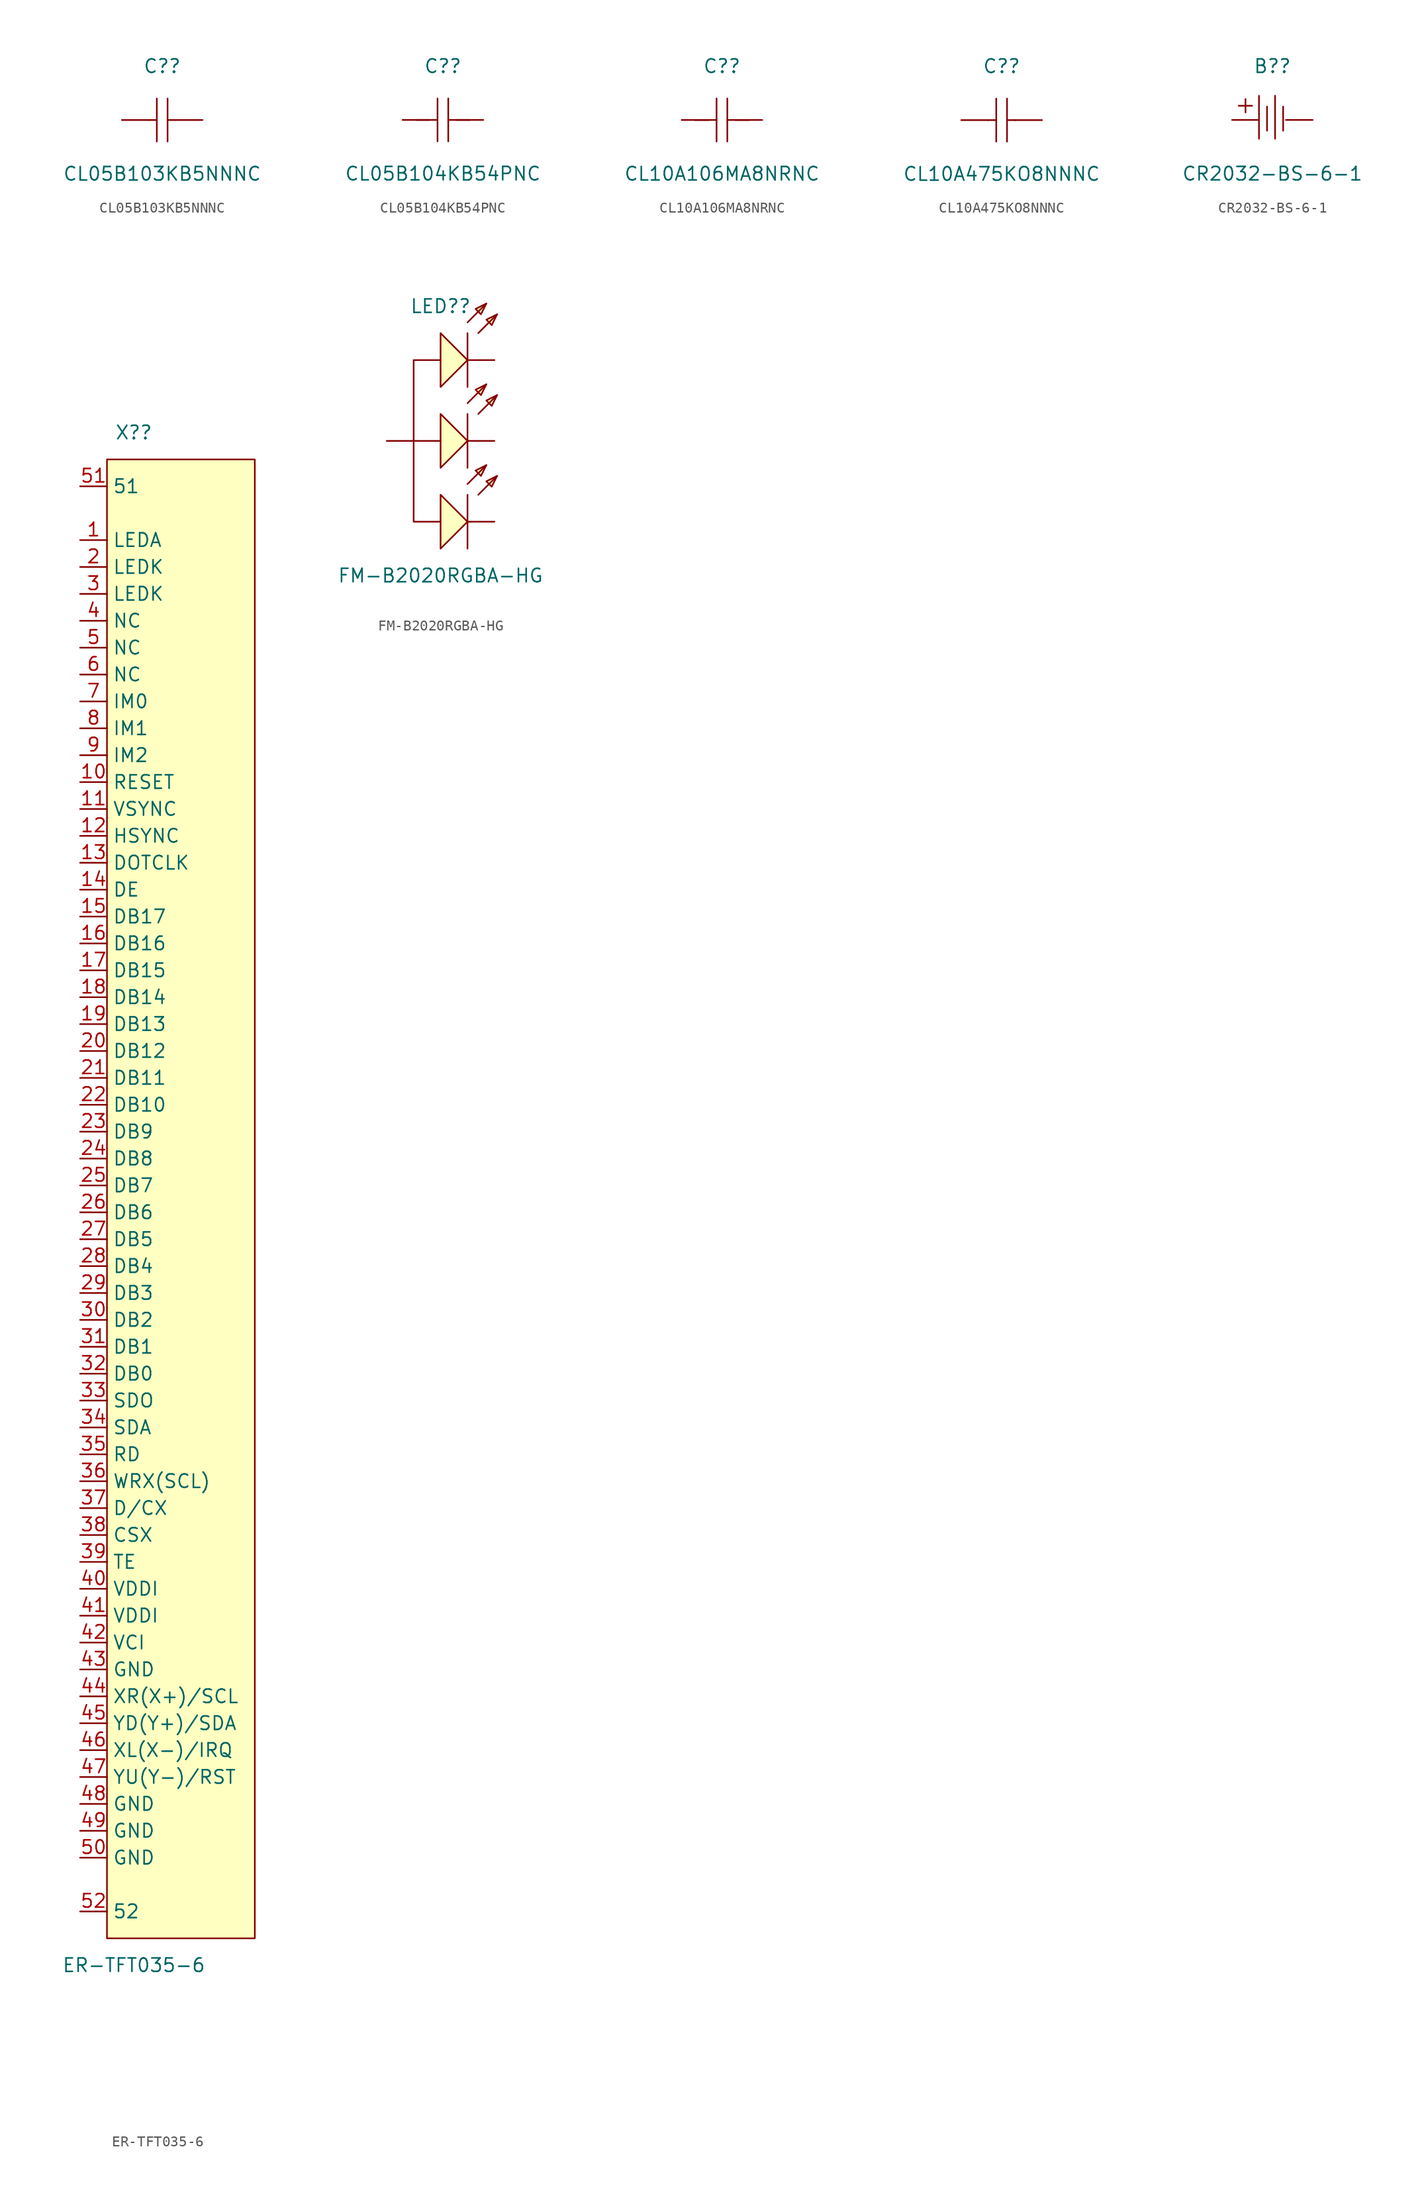
<source format=kicad_sym>
(kicad_symbol_lib
  (version 20211014)
  (generator kicad_symbol_editor)
  (symbol "CL05B103KB5NNNC"
    (pin_numbers hide)
    (pin_names hide)
    (property "Reference" "C?"
      (at 0 5.08 0)
      (effects (font (size 1.27 1.27))))
    (property "Value" "CL05B103KB5NNNC"
      (at 0 -5.08 0)
      (effects (font (size 1.27 1.27))))
    (symbol "CL05B103KB5NNNC_0_1"
      (polyline (pts (xy -1.27 0) (xy -0.508 0)) (stroke (width 0) (type default) (color 0 0 0 0)) (fill (type none)))
      (polyline (pts (xy -0.508 2.032) (xy -0.508 -2.032)) (stroke (width 0) (type default) (color 0 0 0 0)) (fill (type none)))
      (polyline (pts (xy 0.508 0) (xy 1.27 0)) (stroke (width 0) (type default) (color 0 0 0 0)) (fill (type none)))
      (polyline (pts (xy 0.508 2.032) (xy 0.508 -2.032)) (stroke (width 0) (type default) (color 0 0 0 0)) (fill (type none)))
      (pin passive line (at -3.81 0 0) (length 2.54) (name "1" (effects (font (size 1.27 1.27)))) (number "1" (effects (font (size 1.27 1.27)))))
      (pin passive line (at 3.81 0 180) (length 2.54) (name "2" (effects (font (size 1.27 1.27)))) (number "2" (effects (font (size 1.27 1.27)))))))
  (symbol "CL05B104KB54PNC"
    (pin_numbers hide)
    (pin_names hide)
    (property "Reference" "C?"
      (at 0 5.08 0)
      (effects (font (size 1.27 1.27))))
    (property "Value" "CL05B104KB54PNC"
      (at 0 -5.08 0)
      (effects (font (size 1.27 1.27))))
    (symbol "CL05B104KB54PNC_0_1"
      (polyline (pts (xy -0.508 0) (xy -2.54 0)) (stroke (width 0) (type default) (color 0 0 0 0)) (fill (type none)))
      (polyline (pts (xy -0.508 2.032) (xy -0.508 -2.032)) (stroke (width 0) (type default) (color 0 0 0 0)) (fill (type none)))
      (polyline (pts (xy 0.508 -2.032) (xy 0.508 2.032)) (stroke (width 0) (type default) (color 0 0 0 0)) (fill (type none)))
      (polyline (pts (xy 2.54 0) (xy 0.508 0)) (stroke (width 0) (type default) (color 0 0 0 0)) (fill (type none)))
      (pin passive line (at -3.81 0 0) (length 2.54) (name "1" (effects (font (size 1.27 1.27)))) (number "1" (effects (font (size 1.27 1.27)))))
      (pin passive line (at 3.81 0 180) (length 2.54) (name "2" (effects (font (size 1.27 1.27)))) (number "2" (effects (font (size 1.27 1.27)))))))
  (symbol "CL10A106MA8NRNC"
    (pin_numbers hide)
    (pin_names hide)
    (property "Reference" "C?"
      (at 0 5.08 0)
      (effects (font (size 1.27 1.27))))
    (property "Value" "CL10A106MA8NRNC"
      (at 0 -5.08 0)
      (effects (font (size 1.27 1.27))))
    (symbol "CL10A106MA8NRNC_0_1"
      (polyline (pts (xy -0.508 -2.032) (xy -0.508 2.032)) (stroke (width 0) (type default) (color 0 0 0 0)) (fill (type none)))
      (polyline (pts (xy -0.508 0) (xy -2.54 0)) (stroke (width 0) (type default) (color 0 0 0 0)) (fill (type none)))
      (polyline (pts (xy 0.508 2.032) (xy 0.508 -2.032)) (stroke (width 0) (type default) (color 0 0 0 0)) (fill (type none)))
      (polyline (pts (xy 2.54 0) (xy 0.508 0)) (stroke (width 0) (type default) (color 0 0 0 0)) (fill (type none)))
      (pin passive line (at -3.81 0 0) (length 2.54) (name "1" (effects (font (size 1.27 1.27)))) (number "1" (effects (font (size 1.27 1.27)))))
      (pin passive line (at 3.81 0 180) (length 2.54) (name "2" (effects (font (size 1.27 1.27)))) (number "2" (effects (font (size 1.27 1.27)))))))
  (symbol "CL10A475KO8NNNC"
    (pin_numbers hide)
    (pin_names hide)
    (property "Reference" "C?"
      (at 0 5.08 0)
      (effects (font (size 1.27 1.27))))
    (property "Value" "CL10A475KO8NNNC"
      (at 0 -5.08 0)
      (effects (font (size 1.27 1.27))))
    (symbol "CL10A475KO8NNNC_0_1"
      (polyline (pts (xy -1.27 0) (xy -0.508 0)) (stroke (width 0) (type default) (color 0 0 0 0)) (fill (type none)))
      (polyline (pts (xy -0.508 2.032) (xy -0.508 -2.032)) (stroke (width 0) (type default) (color 0 0 0 0)) (fill (type none)))
      (polyline (pts (xy 0.508 0) (xy 1.27 0)) (stroke (width 0) (type default) (color 0 0 0 0)) (fill (type none)))
      (polyline (pts (xy 0.508 2.032) (xy 0.508 -2.032)) (stroke (width 0) (type default) (color 0 0 0 0)) (fill (type none)))
      (pin passive line (at -3.81 0 0) (length 2.54) (name "1" (effects (font (size 1.27 1.27)))) (number "1" (effects (font (size 1.27 1.27)))))
      (pin passive line (at 3.81 0 180) (length 2.54) (name "2" (effects (font (size 1.27 1.27)))) (number "2" (effects (font (size 1.27 1.27)))))))
  (symbol "CR2032-BS-6-1"
    (pin_numbers hide)
    (pin_names hide)
    (property "Reference" "B?"
      (at 0 5.08 0)
      (effects (font (size 1.27 1.27))))
    (property "Value" "CR2032-BS-6-1"
      (at 0 -5.08 0)
      (effects (font (size 1.27 1.27))))
    (symbol "CR2032-BS-6-1_0_1"
      (polyline (pts (xy -3.186 1.339) (xy -1.916 1.339)) (stroke (width 0) (type default) (color 0 0 0 0)) (fill (type none)))
      (polyline (pts (xy -2.542 0.708) (xy -2.542 1.978)) (stroke (width 0) (type default) (color 0 0 0 0)) (fill (type none)))
      (polyline (pts (xy -1.27 2.286) (xy -1.27 -1.778)) (stroke (width 0) (type default) (color 0 0 0 0)) (fill (type none)))
      (polyline (pts (xy -0.508 1.27) (xy -0.508 -1.016)) (stroke (width 0) (type default) (color 0 0 0 0)) (fill (type none)))
      (polyline (pts (xy 0.254 2.286) (xy 0.254 -1.778)) (stroke (width 0) (type default) (color 0 0 0 0)) (fill (type none)))
      (polyline (pts (xy 1.016 1.27) (xy 1.016 -1.016)) (stroke (width 0) (type default) (color 0 0 0 0)) (fill (type none)))
      (pin power_out line (at -3.81 0 0) (length 2.54) (name "1" (effects (font (size 1.27 1.27)))) (number "1" (effects (font (size 1.27 1.27)))))
      (pin power_out line (at 3.81 0 180) (length 2.54) (name "2" (effects (font (size 1.27 1.27)))) (number "2" (effects (font (size 1.27 1.27)))))))
  (symbol "ER-TFT035-6"
    (property "Reference" "X?"
      (at 0 73.66 0)
      (effects (font (size 1.27 1.27))))
    (property "Value" "ER-TFT035-6"
      (at 0 -71.12 0)
      (effects (font (size 1.27 1.27))))
    (symbol "ER-TFT035-6_0_1"
      (rectangle (start -2.54 71.12) (end 11.43 -68.58) (stroke (width 0) (type default) (color 0 0 0 0)) (fill (type background)))
      (pin passive line (at -5.08 63.5 0) (length 2.54) (name "LEDA" (effects (font (size 1.27 1.27)))) (number "1" (effects (font (size 1.27 1.27)))))
      (pin passive line (at -5.08 40.64 0) (length 2.54) (name "RESET" (effects (font (size 1.27 1.27)))) (number "10" (effects (font (size 1.27 1.27)))))
      (pin passive line (at -5.08 38.1 0) (length 2.54) (name "VSYNC" (effects (font (size 1.27 1.27)))) (number "11" (effects (font (size 1.27 1.27)))))
      (pin passive line (at -5.08 35.56 0) (length 2.54) (name "HSYNC" (effects (font (size 1.27 1.27)))) (number "12" (effects (font (size 1.27 1.27)))))
      (pin passive line (at -5.08 33.02 0) (length 2.54) (name "DOTCLK" (effects (font (size 1.27 1.27)))) (number "13" (effects (font (size 1.27 1.27)))))
      (pin passive line (at -5.08 30.48 0) (length 2.54) (name "DE" (effects (font (size 1.27 1.27)))) (number "14" (effects (font (size 1.27 1.27)))))
      (pin passive line (at -5.08 27.94 0) (length 2.54) (name "DB17" (effects (font (size 1.27 1.27)))) (number "15" (effects (font (size 1.27 1.27)))))
      (pin passive line (at -5.08 25.4 0) (length 2.54) (name "DB16" (effects (font (size 1.27 1.27)))) (number "16" (effects (font (size 1.27 1.27)))))
      (pin passive line (at -5.08 22.86 0) (length 2.54) (name "DB15" (effects (font (size 1.27 1.27)))) (number "17" (effects (font (size 1.27 1.27)))))
      (pin passive line (at -5.08 20.32 0) (length 2.54) (name "DB14" (effects (font (size 1.27 1.27)))) (number "18" (effects (font (size 1.27 1.27)))))
      (pin passive line (at -5.08 17.78 0) (length 2.54) (name "DB13" (effects (font (size 1.27 1.27)))) (number "19" (effects (font (size 1.27 1.27)))))
      (pin passive line (at -5.08 60.96 0) (length 2.54) (name "LEDK" (effects (font (size 1.27 1.27)))) (number "2" (effects (font (size 1.27 1.27)))))
      (pin passive line (at -5.08 15.24 0) (length 2.54) (name "DB12" (effects (font (size 1.27 1.27)))) (number "20" (effects (font (size 1.27 1.27)))))
      (pin passive line (at -5.08 12.7 0) (length 2.54) (name "DB11" (effects (font (size 1.27 1.27)))) (number "21" (effects (font (size 1.27 1.27)))))
      (pin passive line (at -5.08 10.16 0) (length 2.54) (name "DB10" (effects (font (size 1.27 1.27)))) (number "22" (effects (font (size 1.27 1.27)))))
      (pin passive line (at -5.08 7.62 0) (length 2.54) (name "DB9" (effects (font (size 1.27 1.27)))) (number "23" (effects (font (size 1.27 1.27)))))
      (pin passive line (at -5.08 5.08 0) (length 2.54) (name "DB8" (effects (font (size 1.27 1.27)))) (number "24" (effects (font (size 1.27 1.27)))))
      (pin passive line (at -5.08 2.54 0) (length 2.54) (name "DB7" (effects (font (size 1.27 1.27)))) (number "25" (effects (font (size 1.27 1.27)))))
      (pin passive line (at -5.08 0 0) (length 2.54) (name "DB6" (effects (font (size 1.27 1.27)))) (number "26" (effects (font (size 1.27 1.27)))))
      (pin passive line (at -5.08 -2.54 0) (length 2.54) (name "DB5" (effects (font (size 1.27 1.27)))) (number "27" (effects (font (size 1.27 1.27)))))
      (pin passive line (at -5.08 -5.08 0) (length 2.54) (name "DB4" (effects (font (size 1.27 1.27)))) (number "28" (effects (font (size 1.27 1.27)))))
      (pin passive line (at -5.08 -7.62 0) (length 2.54) (name "DB3" (effects (font (size 1.27 1.27)))) (number "29" (effects (font (size 1.27 1.27)))))
      (pin passive line (at -5.08 58.42 0) (length 2.54) (name "LEDK" (effects (font (size 1.27 1.27)))) (number "3" (effects (font (size 1.27 1.27)))))
      (pin passive line (at -5.08 -10.16 0) (length 2.54) (name "DB2" (effects (font (size 1.27 1.27)))) (number "30" (effects (font (size 1.27 1.27)))))
      (pin passive line (at -5.08 -12.7 0) (length 2.54) (name "DB1" (effects (font (size 1.27 1.27)))) (number "31" (effects (font (size 1.27 1.27)))))
      (pin passive line (at -5.08 -15.24 0) (length 2.54) (name "DB0" (effects (font (size 1.27 1.27)))) (number "32" (effects (font (size 1.27 1.27)))))
      (pin passive line (at -5.08 -17.78 0) (length 2.54) (name "SDO" (effects (font (size 1.27 1.27)))) (number "33" (effects (font (size 1.27 1.27)))))
      (pin passive line (at -5.08 -20.32 0) (length 2.54) (name "SDA" (effects (font (size 1.27 1.27)))) (number "34" (effects (font (size 1.27 1.27)))))
      (pin passive line (at -5.08 -22.86 0) (length 2.54) (name "RD" (effects (font (size 1.27 1.27)))) (number "35" (effects (font (size 1.27 1.27)))))
      (pin passive line (at -5.08 -25.4 0) (length 2.54) (name "WRX(SCL)" (effects (font (size 1.27 1.27)))) (number "36" (effects (font (size 1.27 1.27)))))
      (pin passive line (at -5.08 -27.94 0) (length 2.54) (name "D/CX" (effects (font (size 1.27 1.27)))) (number "37" (effects (font (size 1.27 1.27)))))
      (pin passive line (at -5.08 -30.48 0) (length 2.54) (name "CSX" (effects (font (size 1.27 1.27)))) (number "38" (effects (font (size 1.27 1.27)))))
      (pin passive line (at -5.08 -33.02 0) (length 2.54) (name "TE" (effects (font (size 1.27 1.27)))) (number "39" (effects (font (size 1.27 1.27)))))
      (pin passive line (at -5.08 55.88 0) (length 2.54) (name "NC" (effects (font (size 1.27 1.27)))) (number "4" (effects (font (size 1.27 1.27)))))
      (pin passive line (at -5.08 -35.56 0) (length 2.54) (name "VDDI" (effects (font (size 1.27 1.27)))) (number "40" (effects (font (size 1.27 1.27)))))
      (pin passive line (at -5.08 -38.1 0) (length 2.54) (name "VDDI" (effects (font (size 1.27 1.27)))) (number "41" (effects (font (size 1.27 1.27)))))
      (pin passive line (at -5.08 -40.64 0) (length 2.54) (name "VCI" (effects (font (size 1.27 1.27)))) (number "42" (effects (font (size 1.27 1.27)))))
      (pin passive line (at -5.08 -43.18 0) (length 2.54) (name "GND" (effects (font (size 1.27 1.27)))) (number "43" (effects (font (size 1.27 1.27)))))
      (pin passive line (at -5.08 -45.72 0) (length 2.54) (name "XR(X+)/SCL" (effects (font (size 1.27 1.27)))) (number "44" (effects (font (size 1.27 1.27)))))
      (pin passive line (at -5.08 -48.26 0) (length 2.54) (name "YD(Y+)/SDA" (effects (font (size 1.27 1.27)))) (number "45" (effects (font (size 1.27 1.27)))))
      (pin passive line (at -5.08 -50.8 0) (length 2.54) (name "XL(X-)/IRQ" (effects (font (size 1.27 1.27)))) (number "46" (effects (font (size 1.27 1.27)))))
      (pin passive line (at -5.08 -53.34 0) (length 2.54) (name "YU(Y-)/RST" (effects (font (size 1.27 1.27)))) (number "47" (effects (font (size 1.27 1.27)))))
      (pin passive line (at -5.08 -55.88 0) (length 2.54) (name "GND" (effects (font (size 1.27 1.27)))) (number "48" (effects (font (size 1.27 1.27)))))
      (pin passive line (at -5.08 -58.42 0) (length 2.54) (name "GND" (effects (font (size 1.27 1.27)))) (number "49" (effects (font (size 1.27 1.27)))))
      (pin passive line (at -5.08 53.34 0) (length 2.54) (name "NC" (effects (font (size 1.27 1.27)))) (number "5" (effects (font (size 1.27 1.27)))))
      (pin passive line (at -5.08 -60.96 0) (length 2.54) (name "GND" (effects (font (size 1.27 1.27)))) (number "50" (effects (font (size 1.27 1.27)))))
      (pin passive line (at -5.08 68.58 0) (length 2.54) (name "51" (effects (font (size 1.27 1.27)))) (number "51" (effects (font (size 1.27 1.27)))))
      (pin passive line (at -5.08 -66.04 0) (length 2.54) (name "52" (effects (font (size 1.27 1.27)))) (number "52" (effects (font (size 1.27 1.27)))))
      (pin passive line (at -5.08 50.8 0) (length 2.54) (name "NC" (effects (font (size 1.27 1.27)))) (number "6" (effects (font (size 1.27 1.27)))))
      (pin passive line (at -5.08 48.26 0) (length 2.54) (name "IM0" (effects (font (size 1.27 1.27)))) (number "7" (effects (font (size 1.27 1.27)))))
      (pin passive line (at -5.08 45.72 0) (length 2.54) (name "IM1" (effects (font (size 1.27 1.27)))) (number "8" (effects (font (size 1.27 1.27)))))
      (pin passive line (at -5.08 43.18 0) (length 2.54) (name "IM2" (effects (font (size 1.27 1.27)))) (number "9" (effects (font (size 1.27 1.27)))))))
  (symbol "FM-B2020RGBA-HG"
    (pin_numbers hide)
    (pin_names hide)
    (property "Reference" "LED?"
      (at 0 12.7 0)
      (effects (font (size 1.27 1.27))))
    (property "Value" "FM-B2020RGBA-HG"
      (at 0 -12.7 0)
      (effects (font (size 1.27 1.27))))
    (symbol "FM-B2020RGBA-HG_0_1"
      (polyline (pts (xy 0 0) (xy -2.54 0)) (stroke (width 0) (type default) (color 0 0 0 0)) (fill (type none)))
      (polyline (pts (xy 2.54 -5.08) (xy 2.54 -10.16)) (stroke (width 0) (type default) (color 0 0 0 0)) (fill (type none)))
      (polyline (pts (xy 2.54 -4.064) (xy 4.318 -2.286)) (stroke (width 0) (type default) (color 0 0 0 0)) (fill (type none)))
      (polyline (pts (xy 2.54 2.54) (xy 2.54 -2.54)) (stroke (width 0) (type default) (color 0 0 0 0)) (fill (type none)))
      (polyline (pts (xy 2.54 3.556) (xy 4.318 5.334)) (stroke (width 0) (type default) (color 0 0 0 0)) (fill (type none)))
      (polyline (pts (xy 2.54 10.16) (xy 2.54 5.08)) (stroke (width 0) (type default) (color 0 0 0 0)) (fill (type none)))
      (polyline (pts (xy 2.54 11.176) (xy 4.318 12.954)) (stroke (width 0) (type default) (color 0 0 0 0)) (fill (type none)))
      (polyline (pts (xy 3.556 -5.08) (xy 5.334 -3.302)) (stroke (width 0) (type default) (color 0 0 0 0)) (fill (type none)))
      (polyline (pts (xy 3.556 2.54) (xy 5.334 4.318)) (stroke (width 0) (type default) (color 0 0 0 0)) (fill (type none)))
      (polyline (pts (xy 3.556 10.16) (xy 5.334 11.938)) (stroke (width 0) (type default) (color 0 0 0 0)) (fill (type none)))
      (polyline (pts (xy 0 -10.16) (xy 2.54 -7.62) (xy 0 -5.08) (xy 0 -10.16)) (stroke (width 0) (type default) (color 0 0 0 0)) (fill (type background)))
      (polyline (pts (xy 0 -2.54) (xy 2.54 0) (xy 0 2.54) (xy 0 -2.54)) (stroke (width 0) (type default) (color 0 0 0 0)) (fill (type background)))
      (polyline (pts (xy 0 5.08) (xy 2.54 7.62) (xy 0 10.16) (xy 0 5.08)) (stroke (width 0) (type default) (color 0 0 0 0)) (fill (type background)))
      (polyline (pts (xy 0 7.62) (xy -2.54 7.62) (xy -2.54 -7.62) (xy 0 -7.62)) (stroke (width 0) (type default) (color 0 0 0 0)) (fill (type none)))
      (polyline (pts (xy 4.318 -2.286) (xy 3.302 -2.794) (xy 3.81 -3.302) (xy 4.318 -2.286)) (stroke (width 0) (type default) (color 0 0 0 0)) (fill (type background)))
      (polyline (pts (xy 4.318 5.334) (xy 3.302 4.826) (xy 3.81 4.318) (xy 4.318 5.334)) (stroke (width 0) (type default) (color 0 0 0 0)) (fill (type background)))
      (polyline (pts (xy 4.318 12.954) (xy 3.302 12.446) (xy 3.81 11.938) (xy 4.318 12.954)) (stroke (width 0) (type default) (color 0 0 0 0)) (fill (type background)))
      (polyline (pts (xy 5.334 -3.302) (xy 4.318 -3.81) (xy 4.826 -4.318) (xy 5.334 -3.302)) (stroke (width 0) (type default) (color 0 0 0 0)) (fill (type background)))
      (polyline (pts (xy 5.334 4.318) (xy 4.318 3.81) (xy 4.826 3.302) (xy 5.334 4.318)) (stroke (width 0) (type default) (color 0 0 0 0)) (fill (type background)))
      (polyline (pts (xy 5.334 11.938) (xy 4.318 11.43) (xy 4.826 10.922) (xy 5.334 11.938)) (stroke (width 0) (type default) (color 0 0 0 0)) (fill (type background)))
      (pin passive line (at 5.08 7.62 180) (length 2.54) (name "K" (effects (font (size 1.27 1.27)))) (number "1" (effects (font (size 1.27 1.27)))))
      (pin passive line (at 5.08 0 180) (length 2.54) (name "K" (effects (font (size 1.27 1.27)))) (number "2" (effects (font (size 1.27 1.27)))))
      (pin passive line (at -5.08 0 0) (length 2.54) (name "A" (effects (font (size 1.27 1.27)))) (number "3" (effects (font (size 1.27 1.27)))))
      (pin passive line (at 5.08 -7.62 180) (length 2.54) (name "K" (effects (font (size 1.27 1.27)))) (number "4" (effects (font (size 1.27 1.27))))))))
</source>
